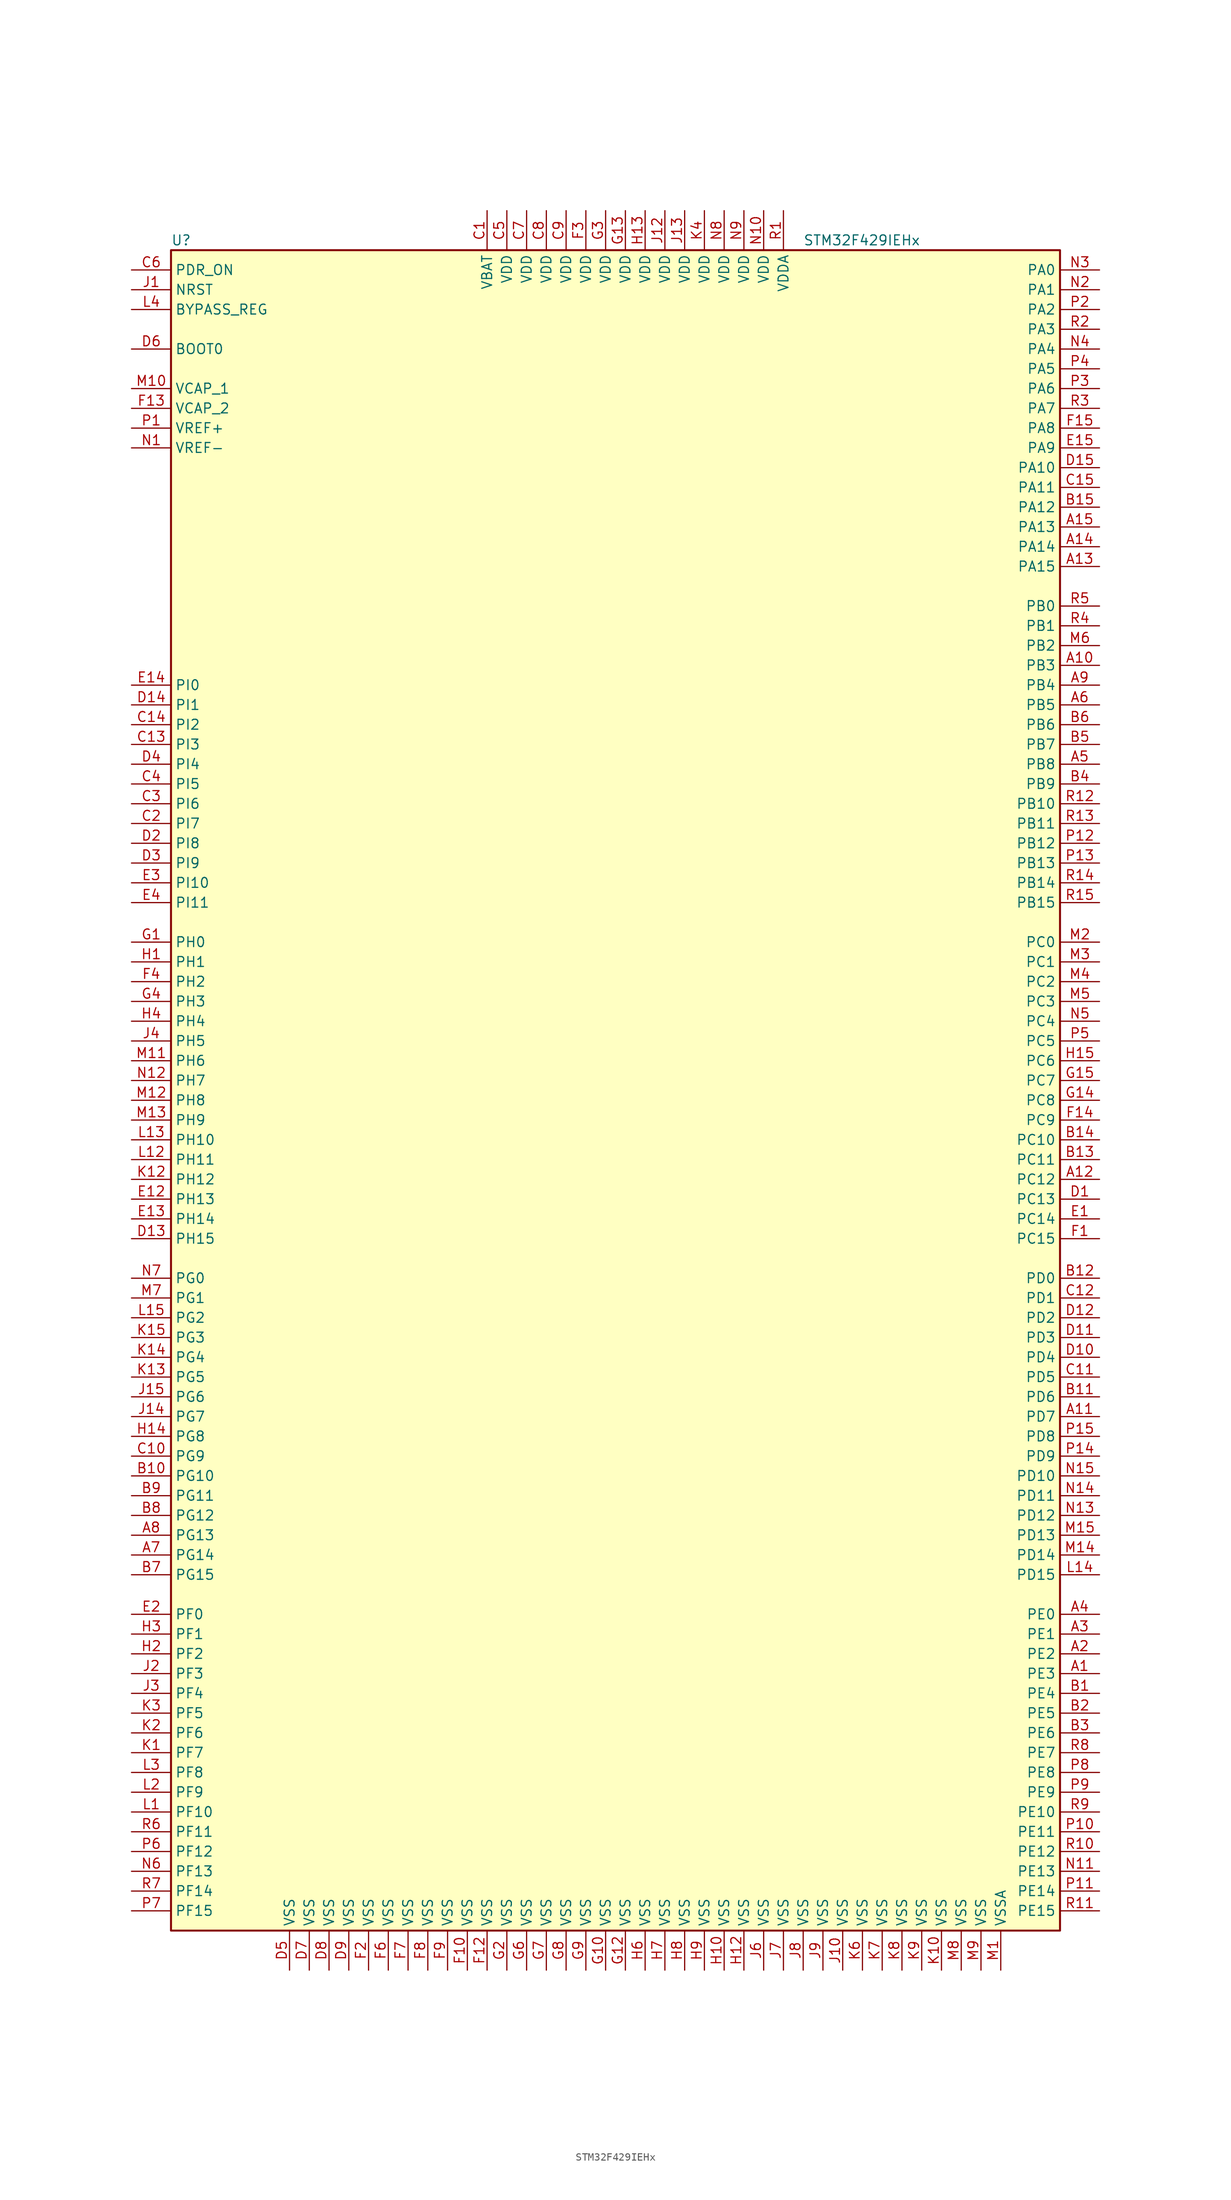
<source format=kicad_sym>
(kicad_symbol_lib
  (version 20201005)
  (generator kicad_symbol_editor)
  (symbol "MCU_ST_STM32F4:STM32F429IEHx"
    (property "Reference" "U"
      (at -58.42 107.95 0)
      (effects (font (size 1.27 1.27)) (justify left)))
    (property "Value" "STM32F429IEHx"
      (at 22.86 107.95 0)
      (effects (font (size 1.27 1.27)) (justify left)))
    (symbol "STM32F429IEHx_0_1"
      (rectangle (start -58.42 -109.22) (end 55.88 106.68) (stroke (width 0.254)) (fill (type background))))
    (symbol "STM32F429IEHx_1_1"
      (pin input line (at -63.5 93.98 0) (length 5.08) (name "BOOT0" (effects (font (size 1.27 1.27)))) (number "D6" (effects (font (size 1.27 1.27)))))
      (pin input line (at -63.5 99.06 0) (length 5.08) (name "BYPASS_REG" (effects (font (size 1.27 1.27)))) (number "L4" (effects (font (size 1.27 1.27)))))
      (pin input line (at -63.5 101.6 0) (length 5.08) (name "NRST" (effects (font (size 1.27 1.27)))) (number "J1" (effects (font (size 1.27 1.27)))))
      (pin bidirectional line (at 60.96 104.14 180) (length 5.08) (name "PA0" (effects (font (size 1.27 1.27)))) (number "N3" (effects (font (size 1.27 1.27)))))
      (pin bidirectional line (at 60.96 101.6 180) (length 5.08) (name "PA1" (effects (font (size 1.27 1.27)))) (number "N2" (effects (font (size 1.27 1.27)))))
      (pin bidirectional line (at 60.96 78.74 180) (length 5.08) (name "PA10" (effects (font (size 1.27 1.27)))) (number "D15" (effects (font (size 1.27 1.27)))))
      (pin bidirectional line (at 60.96 76.2 180) (length 5.08) (name "PA11" (effects (font (size 1.27 1.27)))) (number "C15" (effects (font (size 1.27 1.27)))))
      (pin bidirectional line (at 60.96 73.66 180) (length 5.08) (name "PA12" (effects (font (size 1.27 1.27)))) (number "B15" (effects (font (size 1.27 1.27)))))
      (pin bidirectional line (at 60.96 71.12 180) (length 5.08) (name "PA13" (effects (font (size 1.27 1.27)))) (number "A15" (effects (font (size 1.27 1.27)))))
      (pin bidirectional line (at 60.96 68.58 180) (length 5.08) (name "PA14" (effects (font (size 1.27 1.27)))) (number "A14" (effects (font (size 1.27 1.27)))))
      (pin bidirectional line (at 60.96 66.04 180) (length 5.08) (name "PA15" (effects (font (size 1.27 1.27)))) (number "A13" (effects (font (size 1.27 1.27)))))
      (pin bidirectional line (at 60.96 99.06 180) (length 5.08) (name "PA2" (effects (font (size 1.27 1.27)))) (number "P2" (effects (font (size 1.27 1.27)))))
      (pin bidirectional line (at 60.96 96.52 180) (length 5.08) (name "PA3" (effects (font (size 1.27 1.27)))) (number "R2" (effects (font (size 1.27 1.27)))))
      (pin bidirectional line (at 60.96 93.98 180) (length 5.08) (name "PA4" (effects (font (size 1.27 1.27)))) (number "N4" (effects (font (size 1.27 1.27)))))
      (pin bidirectional line (at 60.96 91.44 180) (length 5.08) (name "PA5" (effects (font (size 1.27 1.27)))) (number "P4" (effects (font (size 1.27 1.27)))))
      (pin bidirectional line (at 60.96 88.9 180) (length 5.08) (name "PA6" (effects (font (size 1.27 1.27)))) (number "P3" (effects (font (size 1.27 1.27)))))
      (pin bidirectional line (at 60.96 86.36 180) (length 5.08) (name "PA7" (effects (font (size 1.27 1.27)))) (number "R3" (effects (font (size 1.27 1.27)))))
      (pin bidirectional line (at 60.96 83.82 180) (length 5.08) (name "PA8" (effects (font (size 1.27 1.27)))) (number "F15" (effects (font (size 1.27 1.27)))))
      (pin bidirectional line (at 60.96 81.28 180) (length 5.08) (name "PA9" (effects (font (size 1.27 1.27)))) (number "E15" (effects (font (size 1.27 1.27)))))
      (pin bidirectional line (at 60.96 60.96 180) (length 5.08) (name "PB0" (effects (font (size 1.27 1.27)))) (number "R5" (effects (font (size 1.27 1.27)))))
      (pin bidirectional line (at 60.96 58.42 180) (length 5.08) (name "PB1" (effects (font (size 1.27 1.27)))) (number "R4" (effects (font (size 1.27 1.27)))))
      (pin bidirectional line (at 60.96 35.56 180) (length 5.08) (name "PB10" (effects (font (size 1.27 1.27)))) (number "R12" (effects (font (size 1.27 1.27)))))
      (pin bidirectional line (at 60.96 33.02 180) (length 5.08) (name "PB11" (effects (font (size 1.27 1.27)))) (number "R13" (effects (font (size 1.27 1.27)))))
      (pin bidirectional line (at 60.96 30.48 180) (length 5.08) (name "PB12" (effects (font (size 1.27 1.27)))) (number "P12" (effects (font (size 1.27 1.27)))))
      (pin bidirectional line (at 60.96 27.94 180) (length 5.08) (name "PB13" (effects (font (size 1.27 1.27)))) (number "P13" (effects (font (size 1.27 1.27)))))
      (pin bidirectional line (at 60.96 25.4 180) (length 5.08) (name "PB14" (effects (font (size 1.27 1.27)))) (number "R14" (effects (font (size 1.27 1.27)))))
      (pin bidirectional line (at 60.96 22.86 180) (length 5.08) (name "PB15" (effects (font (size 1.27 1.27)))) (number "R15" (effects (font (size 1.27 1.27)))))
      (pin bidirectional line (at 60.96 55.88 180) (length 5.08) (name "PB2" (effects (font (size 1.27 1.27)))) (number "M6" (effects (font (size 1.27 1.27)))))
      (pin bidirectional line (at 60.96 53.34 180) (length 5.08) (name "PB3" (effects (font (size 1.27 1.27)))) (number "A10" (effects (font (size 1.27 1.27)))))
      (pin bidirectional line (at 60.96 50.8 180) (length 5.08) (name "PB4" (effects (font (size 1.27 1.27)))) (number "A9" (effects (font (size 1.27 1.27)))))
      (pin bidirectional line (at 60.96 48.26 180) (length 5.08) (name "PB5" (effects (font (size 1.27 1.27)))) (number "A6" (effects (font (size 1.27 1.27)))))
      (pin bidirectional line (at 60.96 45.72 180) (length 5.08) (name "PB6" (effects (font (size 1.27 1.27)))) (number "B6" (effects (font (size 1.27 1.27)))))
      (pin bidirectional line (at 60.96 43.18 180) (length 5.08) (name "PB7" (effects (font (size 1.27 1.27)))) (number "B5" (effects (font (size 1.27 1.27)))))
      (pin bidirectional line (at 60.96 40.64 180) (length 5.08) (name "PB8" (effects (font (size 1.27 1.27)))) (number "A5" (effects (font (size 1.27 1.27)))))
      (pin bidirectional line (at 60.96 38.1 180) (length 5.08) (name "PB9" (effects (font (size 1.27 1.27)))) (number "B4" (effects (font (size 1.27 1.27)))))
      (pin bidirectional line (at 60.96 17.78 180) (length 5.08) (name "PC0" (effects (font (size 1.27 1.27)))) (number "M2" (effects (font (size 1.27 1.27)))))
      (pin bidirectional line (at 60.96 15.24 180) (length 5.08) (name "PC1" (effects (font (size 1.27 1.27)))) (number "M3" (effects (font (size 1.27 1.27)))))
      (pin bidirectional line (at 60.96 -7.62 180) (length 5.08) (name "PC10" (effects (font (size 1.27 1.27)))) (number "B14" (effects (font (size 1.27 1.27)))))
      (pin bidirectional line (at 60.96 -10.16 180) (length 5.08) (name "PC11" (effects (font (size 1.27 1.27)))) (number "B13" (effects (font (size 1.27 1.27)))))
      (pin bidirectional line (at 60.96 -12.7 180) (length 5.08) (name "PC12" (effects (font (size 1.27 1.27)))) (number "A12" (effects (font (size 1.27 1.27)))))
      (pin bidirectional line (at 60.96 -15.24 180) (length 5.08) (name "PC13" (effects (font (size 1.27 1.27)))) (number "D1" (effects (font (size 1.27 1.27)))))
      (pin bidirectional line (at 60.96 -17.78 180) (length 5.08) (name "PC14" (effects (font (size 1.27 1.27)))) (number "E1" (effects (font (size 1.27 1.27)))))
      (pin bidirectional line (at 60.96 -20.32 180) (length 5.08) (name "PC15" (effects (font (size 1.27 1.27)))) (number "F1" (effects (font (size 1.27 1.27)))))
      (pin bidirectional line (at 60.96 12.7 180) (length 5.08) (name "PC2" (effects (font (size 1.27 1.27)))) (number "M4" (effects (font (size 1.27 1.27)))))
      (pin bidirectional line (at 60.96 10.16 180) (length 5.08) (name "PC3" (effects (font (size 1.27 1.27)))) (number "M5" (effects (font (size 1.27 1.27)))))
      (pin bidirectional line (at 60.96 7.62 180) (length 5.08) (name "PC4" (effects (font (size 1.27 1.27)))) (number "N5" (effects (font (size 1.27 1.27)))))
      (pin bidirectional line (at 60.96 5.08 180) (length 5.08) (name "PC5" (effects (font (size 1.27 1.27)))) (number "P5" (effects (font (size 1.27 1.27)))))
      (pin bidirectional line (at 60.96 2.54 180) (length 5.08) (name "PC6" (effects (font (size 1.27 1.27)))) (number "H15" (effects (font (size 1.27 1.27)))))
      (pin bidirectional line (at 60.96 0 180) (length 5.08) (name "PC7" (effects (font (size 1.27 1.27)))) (number "G15" (effects (font (size 1.27 1.27)))))
      (pin bidirectional line (at 60.96 -2.54 180) (length 5.08) (name "PC8" (effects (font (size 1.27 1.27)))) (number "G14" (effects (font (size 1.27 1.27)))))
      (pin bidirectional line (at 60.96 -5.08 180) (length 5.08) (name "PC9" (effects (font (size 1.27 1.27)))) (number "F14" (effects (font (size 1.27 1.27)))))
      (pin bidirectional line (at 60.96 -25.4 180) (length 5.08) (name "PD0" (effects (font (size 1.27 1.27)))) (number "B12" (effects (font (size 1.27 1.27)))))
      (pin bidirectional line (at 60.96 -27.94 180) (length 5.08) (name "PD1" (effects (font (size 1.27 1.27)))) (number "C12" (effects (font (size 1.27 1.27)))))
      (pin bidirectional line (at 60.96 -50.8 180) (length 5.08) (name "PD10" (effects (font (size 1.27 1.27)))) (number "N15" (effects (font (size 1.27 1.27)))))
      (pin bidirectional line (at 60.96 -53.34 180) (length 5.08) (name "PD11" (effects (font (size 1.27 1.27)))) (number "N14" (effects (font (size 1.27 1.27)))))
      (pin bidirectional line (at 60.96 -55.88 180) (length 5.08) (name "PD12" (effects (font (size 1.27 1.27)))) (number "N13" (effects (font (size 1.27 1.27)))))
      (pin bidirectional line (at 60.96 -58.42 180) (length 5.08) (name "PD13" (effects (font (size 1.27 1.27)))) (number "M15" (effects (font (size 1.27 1.27)))))
      (pin bidirectional line (at 60.96 -60.96 180) (length 5.08) (name "PD14" (effects (font (size 1.27 1.27)))) (number "M14" (effects (font (size 1.27 1.27)))))
      (pin bidirectional line (at 60.96 -63.5 180) (length 5.08) (name "PD15" (effects (font (size 1.27 1.27)))) (number "L14" (effects (font (size 1.27 1.27)))))
      (pin bidirectional line (at 60.96 -30.48 180) (length 5.08) (name "PD2" (effects (font (size 1.27 1.27)))) (number "D12" (effects (font (size 1.27 1.27)))))
      (pin bidirectional line (at 60.96 -33.02 180) (length 5.08) (name "PD3" (effects (font (size 1.27 1.27)))) (number "D11" (effects (font (size 1.27 1.27)))))
      (pin bidirectional line (at 60.96 -35.56 180) (length 5.08) (name "PD4" (effects (font (size 1.27 1.27)))) (number "D10" (effects (font (size 1.27 1.27)))))
      (pin bidirectional line (at 60.96 -38.1 180) (length 5.08) (name "PD5" (effects (font (size 1.27 1.27)))) (number "C11" (effects (font (size 1.27 1.27)))))
      (pin bidirectional line (at 60.96 -40.64 180) (length 5.08) (name "PD6" (effects (font (size 1.27 1.27)))) (number "B11" (effects (font (size 1.27 1.27)))))
      (pin bidirectional line (at 60.96 -43.18 180) (length 5.08) (name "PD7" (effects (font (size 1.27 1.27)))) (number "A11" (effects (font (size 1.27 1.27)))))
      (pin bidirectional line (at 60.96 -45.72 180) (length 5.08) (name "PD8" (effects (font (size 1.27 1.27)))) (number "P15" (effects (font (size 1.27 1.27)))))
      (pin bidirectional line (at 60.96 -48.26 180) (length 5.08) (name "PD9" (effects (font (size 1.27 1.27)))) (number "P14" (effects (font (size 1.27 1.27)))))
      (pin input line (at -63.5 104.14 0) (length 5.08) (name "PDR_ON" (effects (font (size 1.27 1.27)))) (number "C6" (effects (font (size 1.27 1.27)))))
      (pin bidirectional line (at 60.96 -68.58 180) (length 5.08) (name "PE0" (effects (font (size 1.27 1.27)))) (number "A4" (effects (font (size 1.27 1.27)))))
      (pin bidirectional line (at 60.96 -71.12 180) (length 5.08) (name "PE1" (effects (font (size 1.27 1.27)))) (number "A3" (effects (font (size 1.27 1.27)))))
      (pin bidirectional line (at 60.96 -93.98 180) (length 5.08) (name "PE10" (effects (font (size 1.27 1.27)))) (number "R9" (effects (font (size 1.27 1.27)))))
      (pin bidirectional line (at 60.96 -96.52 180) (length 5.08) (name "PE11" (effects (font (size 1.27 1.27)))) (number "P10" (effects (font (size 1.27 1.27)))))
      (pin bidirectional line (at 60.96 -99.06 180) (length 5.08) (name "PE12" (effects (font (size 1.27 1.27)))) (number "R10" (effects (font (size 1.27 1.27)))))
      (pin bidirectional line (at 60.96 -101.6 180) (length 5.08) (name "PE13" (effects (font (size 1.27 1.27)))) (number "N11" (effects (font (size 1.27 1.27)))))
      (pin bidirectional line (at 60.96 -104.14 180) (length 5.08) (name "PE14" (effects (font (size 1.27 1.27)))) (number "P11" (effects (font (size 1.27 1.27)))))
      (pin bidirectional line (at 60.96 -106.68 180) (length 5.08) (name "PE15" (effects (font (size 1.27 1.27)))) (number "R11" (effects (font (size 1.27 1.27)))))
      (pin bidirectional line (at 60.96 -73.66 180) (length 5.08) (name "PE2" (effects (font (size 1.27 1.27)))) (number "A2" (effects (font (size 1.27 1.27)))))
      (pin bidirectional line (at 60.96 -76.2 180) (length 5.08) (name "PE3" (effects (font (size 1.27 1.27)))) (number "A1" (effects (font (size 1.27 1.27)))))
      (pin bidirectional line (at 60.96 -78.74 180) (length 5.08) (name "PE4" (effects (font (size 1.27 1.27)))) (number "B1" (effects (font (size 1.27 1.27)))))
      (pin bidirectional line (at 60.96 -81.28 180) (length 5.08) (name "PE5" (effects (font (size 1.27 1.27)))) (number "B2" (effects (font (size 1.27 1.27)))))
      (pin bidirectional line (at 60.96 -83.82 180) (length 5.08) (name "PE6" (effects (font (size 1.27 1.27)))) (number "B3" (effects (font (size 1.27 1.27)))))
      (pin bidirectional line (at 60.96 -86.36 180) (length 5.08) (name "PE7" (effects (font (size 1.27 1.27)))) (number "R8" (effects (font (size 1.27 1.27)))))
      (pin bidirectional line (at 60.96 -88.9 180) (length 5.08) (name "PE8" (effects (font (size 1.27 1.27)))) (number "P8" (effects (font (size 1.27 1.27)))))
      (pin bidirectional line (at 60.96 -91.44 180) (length 5.08) (name "PE9" (effects (font (size 1.27 1.27)))) (number "P9" (effects (font (size 1.27 1.27)))))
      (pin bidirectional line (at -63.5 -68.58 0) (length 5.08) (name "PF0" (effects (font (size 1.27 1.27)))) (number "E2" (effects (font (size 1.27 1.27)))))
      (pin bidirectional line (at -63.5 -71.12 0) (length 5.08) (name "PF1" (effects (font (size 1.27 1.27)))) (number "H3" (effects (font (size 1.27 1.27)))))
      (pin bidirectional line (at -63.5 -93.98 0) (length 5.08) (name "PF10" (effects (font (size 1.27 1.27)))) (number "L1" (effects (font (size 1.27 1.27)))))
      (pin bidirectional line (at -63.5 -96.52 0) (length 5.08) (name "PF11" (effects (font (size 1.27 1.27)))) (number "R6" (effects (font (size 1.27 1.27)))))
      (pin bidirectional line (at -63.5 -99.06 0) (length 5.08) (name "PF12" (effects (font (size 1.27 1.27)))) (number "P6" (effects (font (size 1.27 1.27)))))
      (pin bidirectional line (at -63.5 -101.6 0) (length 5.08) (name "PF13" (effects (font (size 1.27 1.27)))) (number "N6" (effects (font (size 1.27 1.27)))))
      (pin bidirectional line (at -63.5 -104.14 0) (length 5.08) (name "PF14" (effects (font (size 1.27 1.27)))) (number "R7" (effects (font (size 1.27 1.27)))))
      (pin bidirectional line (at -63.5 -106.68 0) (length 5.08) (name "PF15" (effects (font (size 1.27 1.27)))) (number "P7" (effects (font (size 1.27 1.27)))))
      (pin bidirectional line (at -63.5 -73.66 0) (length 5.08) (name "PF2" (effects (font (size 1.27 1.27)))) (number "H2" (effects (font (size 1.27 1.27)))))
      (pin bidirectional line (at -63.5 -76.2 0) (length 5.08) (name "PF3" (effects (font (size 1.27 1.27)))) (number "J2" (effects (font (size 1.27 1.27)))))
      (pin bidirectional line (at -63.5 -78.74 0) (length 5.08) (name "PF4" (effects (font (size 1.27 1.27)))) (number "J3" (effects (font (size 1.27 1.27)))))
      (pin bidirectional line (at -63.5 -81.28 0) (length 5.08) (name "PF5" (effects (font (size 1.27 1.27)))) (number "K3" (effects (font (size 1.27 1.27)))))
      (pin bidirectional line (at -63.5 -83.82 0) (length 5.08) (name "PF6" (effects (font (size 1.27 1.27)))) (number "K2" (effects (font (size 1.27 1.27)))))
      (pin bidirectional line (at -63.5 -86.36 0) (length 5.08) (name "PF7" (effects (font (size 1.27 1.27)))) (number "K1" (effects (font (size 1.27 1.27)))))
      (pin bidirectional line (at -63.5 -88.9 0) (length 5.08) (name "PF8" (effects (font (size 1.27 1.27)))) (number "L3" (effects (font (size 1.27 1.27)))))
      (pin bidirectional line (at -63.5 -91.44 0) (length 5.08) (name "PF9" (effects (font (size 1.27 1.27)))) (number "L2" (effects (font (size 1.27 1.27)))))
      (pin bidirectional line (at -63.5 -25.4 0) (length 5.08) (name "PG0" (effects (font (size 1.27 1.27)))) (number "N7" (effects (font (size 1.27 1.27)))))
      (pin bidirectional line (at -63.5 -27.94 0) (length 5.08) (name "PG1" (effects (font (size 1.27 1.27)))) (number "M7" (effects (font (size 1.27 1.27)))))
      (pin bidirectional line (at -63.5 -50.8 0) (length 5.08) (name "PG10" (effects (font (size 1.27 1.27)))) (number "B10" (effects (font (size 1.27 1.27)))))
      (pin bidirectional line (at -63.5 -53.34 0) (length 5.08) (name "PG11" (effects (font (size 1.27 1.27)))) (number "B9" (effects (font (size 1.27 1.27)))))
      (pin bidirectional line (at -63.5 -55.88 0) (length 5.08) (name "PG12" (effects (font (size 1.27 1.27)))) (number "B8" (effects (font (size 1.27 1.27)))))
      (pin bidirectional line (at -63.5 -58.42 0) (length 5.08) (name "PG13" (effects (font (size 1.27 1.27)))) (number "A8" (effects (font (size 1.27 1.27)))))
      (pin bidirectional line (at -63.5 -60.96 0) (length 5.08) (name "PG14" (effects (font (size 1.27 1.27)))) (number "A7" (effects (font (size 1.27 1.27)))))
      (pin bidirectional line (at -63.5 -63.5 0) (length 5.08) (name "PG15" (effects (font (size 1.27 1.27)))) (number "B7" (effects (font (size 1.27 1.27)))))
      (pin bidirectional line (at -63.5 -30.48 0) (length 5.08) (name "PG2" (effects (font (size 1.27 1.27)))) (number "L15" (effects (font (size 1.27 1.27)))))
      (pin bidirectional line (at -63.5 -33.02 0) (length 5.08) (name "PG3" (effects (font (size 1.27 1.27)))) (number "K15" (effects (font (size 1.27 1.27)))))
      (pin bidirectional line (at -63.5 -35.56 0) (length 5.08) (name "PG4" (effects (font (size 1.27 1.27)))) (number "K14" (effects (font (size 1.27 1.27)))))
      (pin bidirectional line (at -63.5 -38.1 0) (length 5.08) (name "PG5" (effects (font (size 1.27 1.27)))) (number "K13" (effects (font (size 1.27 1.27)))))
      (pin bidirectional line (at -63.5 -40.64 0) (length 5.08) (name "PG6" (effects (font (size 1.27 1.27)))) (number "J15" (effects (font (size 1.27 1.27)))))
      (pin bidirectional line (at -63.5 -43.18 0) (length 5.08) (name "PG7" (effects (font (size 1.27 1.27)))) (number "J14" (effects (font (size 1.27 1.27)))))
      (pin bidirectional line (at -63.5 -45.72 0) (length 5.08) (name "PG8" (effects (font (size 1.27 1.27)))) (number "H14" (effects (font (size 1.27 1.27)))))
      (pin bidirectional line (at -63.5 -48.26 0) (length 5.08) (name "PG9" (effects (font (size 1.27 1.27)))) (number "C10" (effects (font (size 1.27 1.27)))))
      (pin input line (at -63.5 17.78 0) (length 5.08) (name "PH0" (effects (font (size 1.27 1.27)))) (number "G1" (effects (font (size 1.27 1.27)))))
      (pin input line (at -63.5 15.24 0) (length 5.08) (name "PH1" (effects (font (size 1.27 1.27)))) (number "H1" (effects (font (size 1.27 1.27)))))
      (pin bidirectional line (at -63.5 -7.62 0) (length 5.08) (name "PH10" (effects (font (size 1.27 1.27)))) (number "L13" (effects (font (size 1.27 1.27)))))
      (pin bidirectional line (at -63.5 -10.16 0) (length 5.08) (name "PH11" (effects (font (size 1.27 1.27)))) (number "L12" (effects (font (size 1.27 1.27)))))
      (pin bidirectional line (at -63.5 -12.7 0) (length 5.08) (name "PH12" (effects (font (size 1.27 1.27)))) (number "K12" (effects (font (size 1.27 1.27)))))
      (pin bidirectional line (at -63.5 -15.24 0) (length 5.08) (name "PH13" (effects (font (size 1.27 1.27)))) (number "E12" (effects (font (size 1.27 1.27)))))
      (pin bidirectional line (at -63.5 -17.78 0) (length 5.08) (name "PH14" (effects (font (size 1.27 1.27)))) (number "E13" (effects (font (size 1.27 1.27)))))
      (pin bidirectional line (at -63.5 -20.32 0) (length 5.08) (name "PH15" (effects (font (size 1.27 1.27)))) (number "D13" (effects (font (size 1.27 1.27)))))
      (pin bidirectional line (at -63.5 12.7 0) (length 5.08) (name "PH2" (effects (font (size 1.27 1.27)))) (number "F4" (effects (font (size 1.27 1.27)))))
      (pin bidirectional line (at -63.5 10.16 0) (length 5.08) (name "PH3" (effects (font (size 1.27 1.27)))) (number "G4" (effects (font (size 1.27 1.27)))))
      (pin bidirectional line (at -63.5 7.62 0) (length 5.08) (name "PH4" (effects (font (size 1.27 1.27)))) (number "H4" (effects (font (size 1.27 1.27)))))
      (pin bidirectional line (at -63.5 5.08 0) (length 5.08) (name "PH5" (effects (font (size 1.27 1.27)))) (number "J4" (effects (font (size 1.27 1.27)))))
      (pin bidirectional line (at -63.5 2.54 0) (length 5.08) (name "PH6" (effects (font (size 1.27 1.27)))) (number "M11" (effects (font (size 1.27 1.27)))))
      (pin bidirectional line (at -63.5 0 0) (length 5.08) (name "PH7" (effects (font (size 1.27 1.27)))) (number "N12" (effects (font (size 1.27 1.27)))))
      (pin bidirectional line (at -63.5 -2.54 0) (length 5.08) (name "PH8" (effects (font (size 1.27 1.27)))) (number "M12" (effects (font (size 1.27 1.27)))))
      (pin bidirectional line (at -63.5 -5.08 0) (length 5.08) (name "PH9" (effects (font (size 1.27 1.27)))) (number "M13" (effects (font (size 1.27 1.27)))))
      (pin bidirectional line (at -63.5 50.8 0) (length 5.08) (name "PI0" (effects (font (size 1.27 1.27)))) (number "E14" (effects (font (size 1.27 1.27)))))
      (pin bidirectional line (at -63.5 48.26 0) (length 5.08) (name "PI1" (effects (font (size 1.27 1.27)))) (number "D14" (effects (font (size 1.27 1.27)))))
      (pin bidirectional line (at -63.5 25.4 0) (length 5.08) (name "PI10" (effects (font (size 1.27 1.27)))) (number "E3" (effects (font (size 1.27 1.27)))))
      (pin bidirectional line (at -63.5 22.86 0) (length 5.08) (name "PI11" (effects (font (size 1.27 1.27)))) (number "E4" (effects (font (size 1.27 1.27)))))
      (pin bidirectional line (at -63.5 45.72 0) (length 5.08) (name "PI2" (effects (font (size 1.27 1.27)))) (number "C14" (effects (font (size 1.27 1.27)))))
      (pin bidirectional line (at -63.5 43.18 0) (length 5.08) (name "PI3" (effects (font (size 1.27 1.27)))) (number "C13" (effects (font (size 1.27 1.27)))))
      (pin bidirectional line (at -63.5 40.64 0) (length 5.08) (name "PI4" (effects (font (size 1.27 1.27)))) (number "D4" (effects (font (size 1.27 1.27)))))
      (pin bidirectional line (at -63.5 38.1 0) (length 5.08) (name "PI5" (effects (font (size 1.27 1.27)))) (number "C4" (effects (font (size 1.27 1.27)))))
      (pin bidirectional line (at -63.5 35.56 0) (length 5.08) (name "PI6" (effects (font (size 1.27 1.27)))) (number "C3" (effects (font (size 1.27 1.27)))))
      (pin bidirectional line (at -63.5 33.02 0) (length 5.08) (name "PI7" (effects (font (size 1.27 1.27)))) (number "C2" (effects (font (size 1.27 1.27)))))
      (pin bidirectional line (at -63.5 30.48 0) (length 5.08) (name "PI8" (effects (font (size 1.27 1.27)))) (number "D2" (effects (font (size 1.27 1.27)))))
      (pin bidirectional line (at -63.5 27.94 0) (length 5.08) (name "PI9" (effects (font (size 1.27 1.27)))) (number "D3" (effects (font (size 1.27 1.27)))))
      (pin power_in line (at -17.78 111.76 270) (length 5.08) (name "VBAT" (effects (font (size 1.27 1.27)))) (number "C1" (effects (font (size 1.27 1.27)))))
      (pin power_in line (at -63.5 88.9 0) (length 5.08) (name "VCAP_1" (effects (font (size 1.27 1.27)))) (number "M10" (effects (font (size 1.27 1.27)))))
      (pin power_in line (at -63.5 86.36 0) (length 5.08) (name "VCAP_2" (effects (font (size 1.27 1.27)))) (number "F13" (effects (font (size 1.27 1.27)))))
      (pin power_in line (at -15.24 111.76 270) (length 5.08) (name "VDD" (effects (font (size 1.27 1.27)))) (number "C5" (effects (font (size 1.27 1.27)))))
      (pin power_in line (at -12.7 111.76 270) (length 5.08) (name "VDD" (effects (font (size 1.27 1.27)))) (number "C7" (effects (font (size 1.27 1.27)))))
      (pin power_in line (at -10.16 111.76 270) (length 5.08) (name "VDD" (effects (font (size 1.27 1.27)))) (number "C8" (effects (font (size 1.27 1.27)))))
      (pin power_in line (at -7.62 111.76 270) (length 5.08) (name "VDD" (effects (font (size 1.27 1.27)))) (number "C9" (effects (font (size 1.27 1.27)))))
      (pin power_in line (at -5.08 111.76 270) (length 5.08) (name "VDD" (effects (font (size 1.27 1.27)))) (number "F3" (effects (font (size 1.27 1.27)))))
      (pin power_in line (at 0 111.76 270) (length 5.08) (name "VDD" (effects (font (size 1.27 1.27)))) (number "G13" (effects (font (size 1.27 1.27)))))
      (pin power_in line (at -2.54 111.76 270) (length 5.08) (name "VDD" (effects (font (size 1.27 1.27)))) (number "G3" (effects (font (size 1.27 1.27)))))
      (pin power_in line (at 2.54 111.76 270) (length 5.08) (name "VDD" (effects (font (size 1.27 1.27)))) (number "H13" (effects (font (size 1.27 1.27)))))
      (pin power_in line (at 5.08 111.76 270) (length 5.08) (name "VDD" (effects (font (size 1.27 1.27)))) (number "J12" (effects (font (size 1.27 1.27)))))
      (pin power_in line (at 7.62 111.76 270) (length 5.08) (name "VDD" (effects (font (size 1.27 1.27)))) (number "J13" (effects (font (size 1.27 1.27)))))
      (pin power_in line (at 10.16 111.76 270) (length 5.08) (name "VDD" (effects (font (size 1.27 1.27)))) (number "K4" (effects (font (size 1.27 1.27)))))
      (pin power_in line (at 17.78 111.76 270) (length 5.08) (name "VDD" (effects (font (size 1.27 1.27)))) (number "N10" (effects (font (size 1.27 1.27)))))
      (pin power_in line (at 12.7 111.76 270) (length 5.08) (name "VDD" (effects (font (size 1.27 1.27)))) (number "N8" (effects (font (size 1.27 1.27)))))
      (pin power_in line (at 15.24 111.76 270) (length 5.08) (name "VDD" (effects (font (size 1.27 1.27)))) (number "N9" (effects (font (size 1.27 1.27)))))
      (pin power_in line (at 20.32 111.76 270) (length 5.08) (name "VDDA" (effects (font (size 1.27 1.27)))) (number "R1" (effects (font (size 1.27 1.27)))))
      (pin power_in line (at -63.5 83.82 0) (length 5.08) (name "VREF+" (effects (font (size 1.27 1.27)))) (number "P1" (effects (font (size 1.27 1.27)))))
      (pin power_in line (at -63.5 81.28 0) (length 5.08) (name "VREF-" (effects (font (size 1.27 1.27)))) (number "N1" (effects (font (size 1.27 1.27)))))
      (pin power_in line (at -43.18 -114.3 90) (length 5.08) (name "VSS" (effects (font (size 1.27 1.27)))) (number "D5" (effects (font (size 1.27 1.27)))))
      (pin power_in line (at -40.64 -114.3 90) (length 5.08) (name "VSS" (effects (font (size 1.27 1.27)))) (number "D7" (effects (font (size 1.27 1.27)))))
      (pin power_in line (at -38.1 -114.3 90) (length 5.08) (name "VSS" (effects (font (size 1.27 1.27)))) (number "D8" (effects (font (size 1.27 1.27)))))
      (pin power_in line (at -35.56 -114.3 90) (length 5.08) (name "VSS" (effects (font (size 1.27 1.27)))) (number "D9" (effects (font (size 1.27 1.27)))))
      (pin power_in line (at -20.32 -114.3 90) (length 5.08) (name "VSS" (effects (font (size 1.27 1.27)))) (number "F10" (effects (font (size 1.27 1.27)))))
      (pin power_in line (at -17.78 -114.3 90) (length 5.08) (name "VSS" (effects (font (size 1.27 1.27)))) (number "F12" (effects (font (size 1.27 1.27)))))
      (pin power_in line (at -33.02 -114.3 90) (length 5.08) (name "VSS" (effects (font (size 1.27 1.27)))) (number "F2" (effects (font (size 1.27 1.27)))))
      (pin power_in line (at -30.48 -114.3 90) (length 5.08) (name "VSS" (effects (font (size 1.27 1.27)))) (number "F6" (effects (font (size 1.27 1.27)))))
      (pin power_in line (at -27.94 -114.3 90) (length 5.08) (name "VSS" (effects (font (size 1.27 1.27)))) (number "F7" (effects (font (size 1.27 1.27)))))
      (pin power_in line (at -25.4 -114.3 90) (length 5.08) (name "VSS" (effects (font (size 1.27 1.27)))) (number "F8" (effects (font (size 1.27 1.27)))))
      (pin power_in line (at -22.86 -114.3 90) (length 5.08) (name "VSS" (effects (font (size 1.27 1.27)))) (number "F9" (effects (font (size 1.27 1.27)))))
      (pin power_in line (at -2.54 -114.3 90) (length 5.08) (name "VSS" (effects (font (size 1.27 1.27)))) (number "G10" (effects (font (size 1.27 1.27)))))
      (pin power_in line (at 0 -114.3 90) (length 5.08) (name "VSS" (effects (font (size 1.27 1.27)))) (number "G12" (effects (font (size 1.27 1.27)))))
      (pin power_in line (at -15.24 -114.3 90) (length 5.08) (name "VSS" (effects (font (size 1.27 1.27)))) (number "G2" (effects (font (size 1.27 1.27)))))
      (pin power_in line (at -12.7 -114.3 90) (length 5.08) (name "VSS" (effects (font (size 1.27 1.27)))) (number "G6" (effects (font (size 1.27 1.27)))))
      (pin power_in line (at -10.16 -114.3 90) (length 5.08) (name "VSS" (effects (font (size 1.27 1.27)))) (number "G7" (effects (font (size 1.27 1.27)))))
      (pin power_in line (at -7.62 -114.3 90) (length 5.08) (name "VSS" (effects (font (size 1.27 1.27)))) (number "G8" (effects (font (size 1.27 1.27)))))
      (pin power_in line (at -5.08 -114.3 90) (length 5.08) (name "VSS" (effects (font (size 1.27 1.27)))) (number "G9" (effects (font (size 1.27 1.27)))))
      (pin power_in line (at 12.7 -114.3 90) (length 5.08) (name "VSS" (effects (font (size 1.27 1.27)))) (number "H10" (effects (font (size 1.27 1.27)))))
      (pin power_in line (at 15.24 -114.3 90) (length 5.08) (name "VSS" (effects (font (size 1.27 1.27)))) (number "H12" (effects (font (size 1.27 1.27)))))
      (pin power_in line (at 2.54 -114.3 90) (length 5.08) (name "VSS" (effects (font (size 1.27 1.27)))) (number "H6" (effects (font (size 1.27 1.27)))))
      (pin power_in line (at 5.08 -114.3 90) (length 5.08) (name "VSS" (effects (font (size 1.27 1.27)))) (number "H7" (effects (font (size 1.27 1.27)))))
      (pin power_in line (at 7.62 -114.3 90) (length 5.08) (name "VSS" (effects (font (size 1.27 1.27)))) (number "H8" (effects (font (size 1.27 1.27)))))
      (pin power_in line (at 10.16 -114.3 90) (length 5.08) (name "VSS" (effects (font (size 1.27 1.27)))) (number "H9" (effects (font (size 1.27 1.27)))))
      (pin power_in line (at 27.94 -114.3 90) (length 5.08) (name "VSS" (effects (font (size 1.27 1.27)))) (number "J10" (effects (font (size 1.27 1.27)))))
      (pin power_in line (at 17.78 -114.3 90) (length 5.08) (name "VSS" (effects (font (size 1.27 1.27)))) (number "J6" (effects (font (size 1.27 1.27)))))
      (pin power_in line (at 20.32 -114.3 90) (length 5.08) (name "VSS" (effects (font (size 1.27 1.27)))) (number "J7" (effects (font (size 1.27 1.27)))))
      (pin power_in line (at 22.86 -114.3 90) (length 5.08) (name "VSS" (effects (font (size 1.27 1.27)))) (number "J8" (effects (font (size 1.27 1.27)))))
      (pin power_in line (at 25.4 -114.3 90) (length 5.08) (name "VSS" (effects (font (size 1.27 1.27)))) (number "J9" (effects (font (size 1.27 1.27)))))
      (pin power_in line (at 40.64 -114.3 90) (length 5.08) (name "VSS" (effects (font (size 1.27 1.27)))) (number "K10" (effects (font (size 1.27 1.27)))))
      (pin power_in line (at 30.48 -114.3 90) (length 5.08) (name "VSS" (effects (font (size 1.27 1.27)))) (number "K6" (effects (font (size 1.27 1.27)))))
      (pin power_in line (at 33.02 -114.3 90) (length 5.08) (name "VSS" (effects (font (size 1.27 1.27)))) (number "K7" (effects (font (size 1.27 1.27)))))
      (pin power_in line (at 35.56 -114.3 90) (length 5.08) (name "VSS" (effects (font (size 1.27 1.27)))) (number "K8" (effects (font (size 1.27 1.27)))))
      (pin power_in line (at 38.1 -114.3 90) (length 5.08) (name "VSS" (effects (font (size 1.27 1.27)))) (number "K9" (effects (font (size 1.27 1.27)))))
      (pin power_in line (at 43.18 -114.3 90) (length 5.08) (name "VSS" (effects (font (size 1.27 1.27)))) (number "M8" (effects (font (size 1.27 1.27)))))
      (pin power_in line (at 45.72 -114.3 90) (length 5.08) (name "VSS" (effects (font (size 1.27 1.27)))) (number "M9" (effects (font (size 1.27 1.27)))))
      (pin power_in line (at 48.26 -114.3 90) (length 5.08) (name "VSSA" (effects (font (size 1.27 1.27)))) (number "M1" (effects (font (size 1.27 1.27))))))))
</source>
